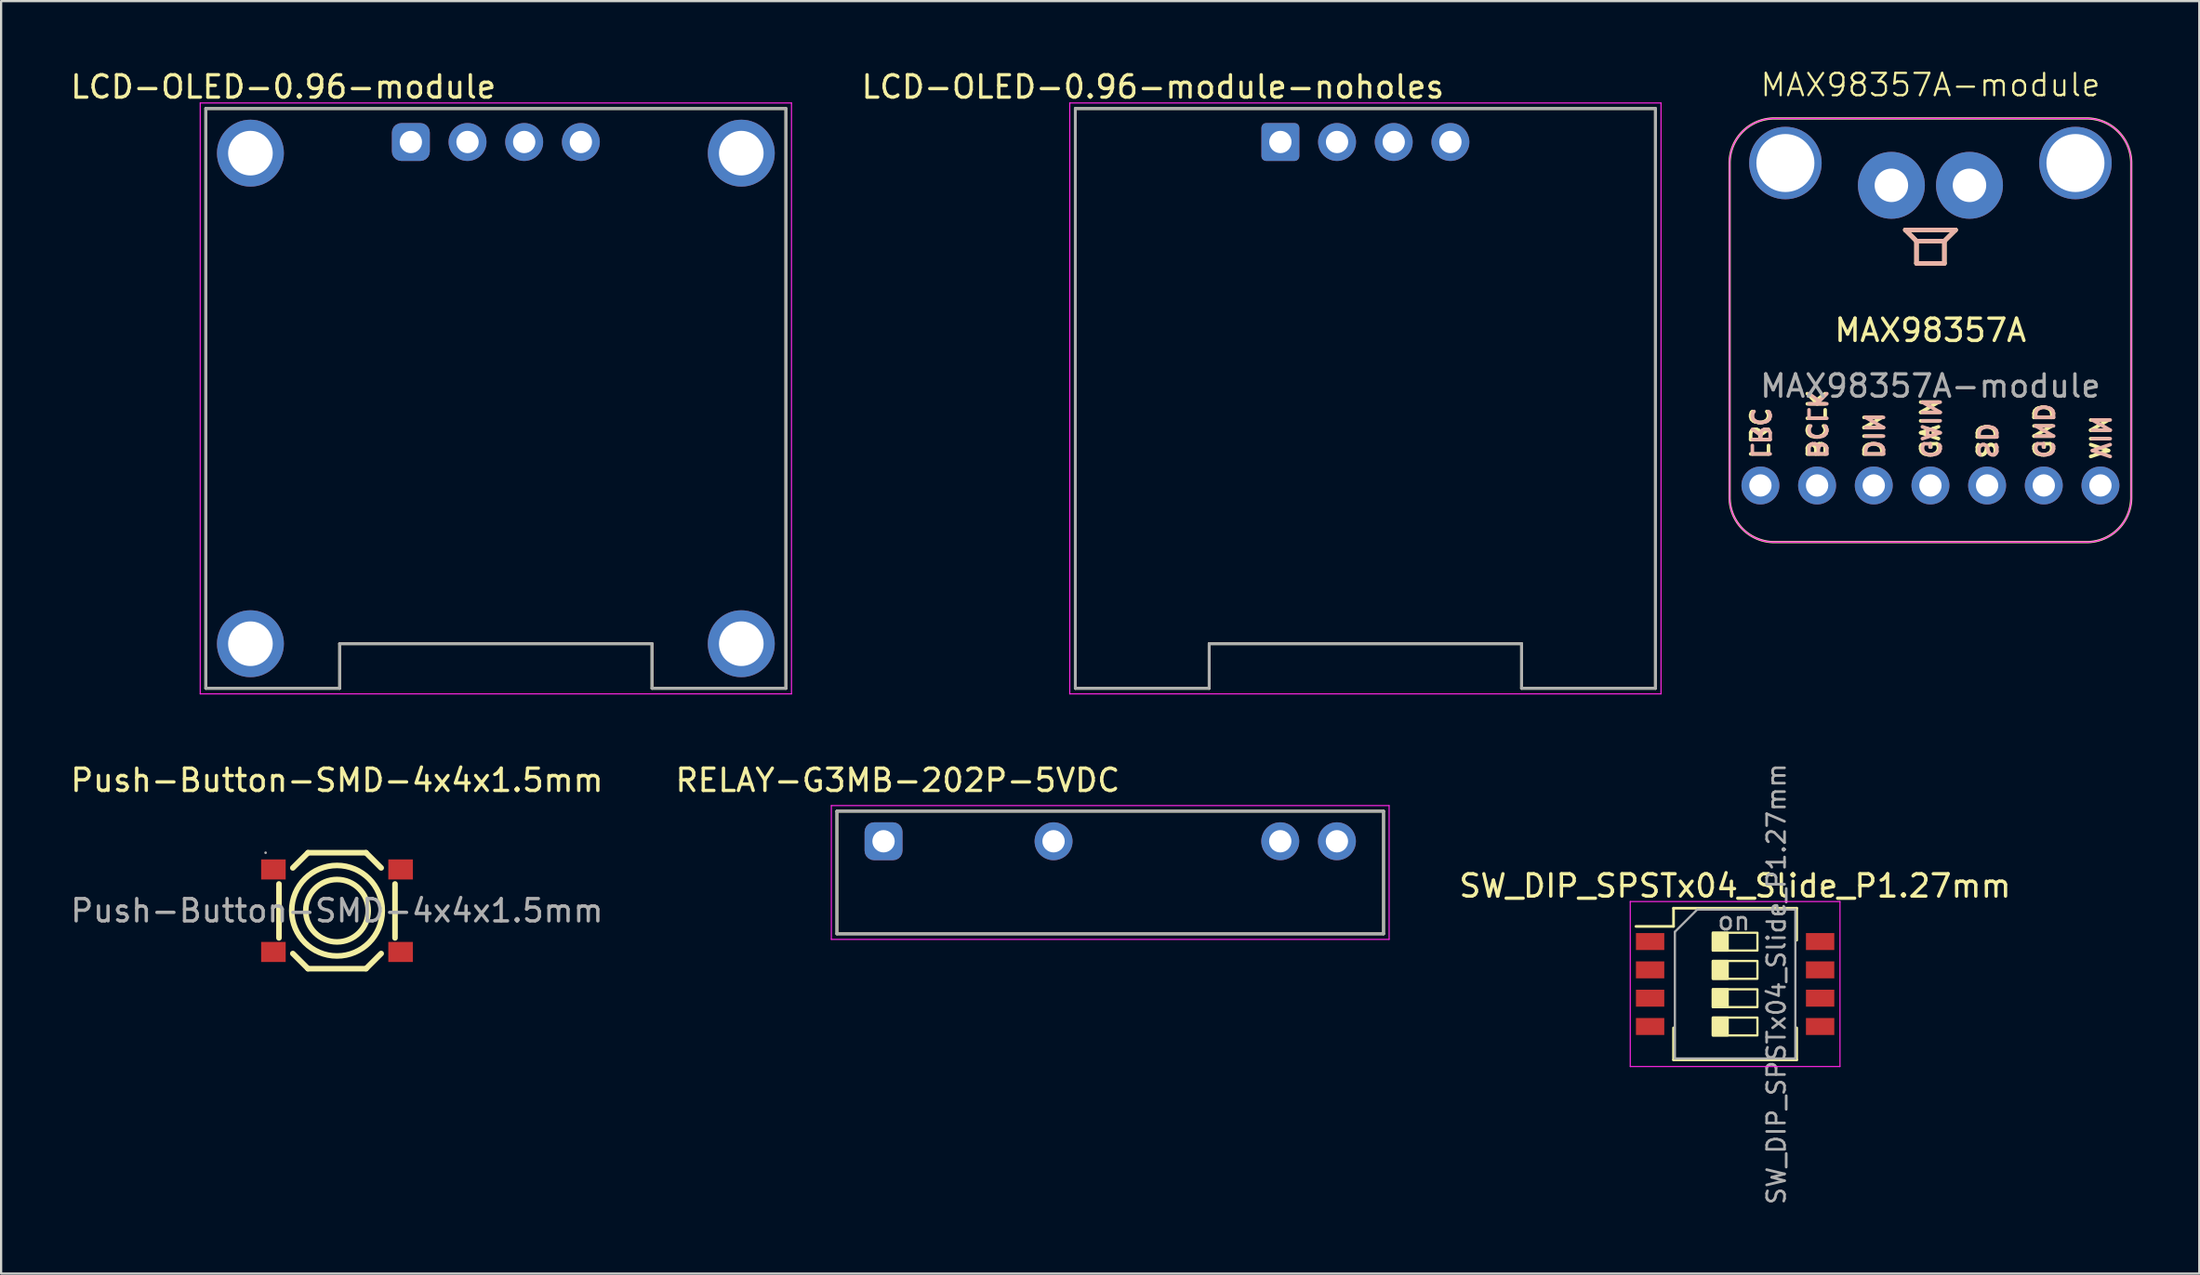
<source format=kicad_pcb>
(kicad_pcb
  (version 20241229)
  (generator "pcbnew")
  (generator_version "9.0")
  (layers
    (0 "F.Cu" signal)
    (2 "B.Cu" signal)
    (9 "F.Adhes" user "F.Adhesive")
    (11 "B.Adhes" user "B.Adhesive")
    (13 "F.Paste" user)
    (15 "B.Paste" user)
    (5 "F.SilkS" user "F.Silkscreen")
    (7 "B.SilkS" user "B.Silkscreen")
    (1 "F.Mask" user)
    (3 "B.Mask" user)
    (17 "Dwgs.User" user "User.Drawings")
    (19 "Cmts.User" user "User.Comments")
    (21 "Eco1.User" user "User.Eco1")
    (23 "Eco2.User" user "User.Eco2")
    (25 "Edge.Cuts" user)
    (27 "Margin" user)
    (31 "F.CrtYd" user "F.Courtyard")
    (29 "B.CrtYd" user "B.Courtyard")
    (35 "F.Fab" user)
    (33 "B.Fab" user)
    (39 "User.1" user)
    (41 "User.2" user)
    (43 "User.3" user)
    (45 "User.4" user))
  (footprint "LCD-OLED-0.96-module"
    (layer "F.Cu")
    (at 19.174 14.818)
    (property "Reference" "LCD-OLED-0.96-module" (at -9.525 -13.97 0) (layer "F.SilkS") (effects (font (size 1 1) (thickness 0.15))))
    (attr through_hole)
    (fp_line (start -13 -13) (end 13 -13) (stroke (width 0.127) (type solid)) (layer "F.SilkS"))
    (fp_line (start -13 13) (end -13 -13) (stroke (width 0.127) (type solid)) (layer "F.SilkS"))
    (fp_line (start -7 11) (end -7 13) (stroke (width 0.127) (type solid)) (layer "F.SilkS"))
    (fp_line (start -7 13) (end -13 13) (stroke (width 0.127) (type solid)) (layer "F.SilkS"))
    (fp_line (start 7 11) (end -7 11) (stroke (width 0.127) (type solid)) (layer "F.SilkS"))
    (fp_line (start 7 13) (end 7 11) (stroke (width 0.127) (type solid)) (layer "F.SilkS"))
    (fp_line (start 13 -13) (end 13 13) (stroke (width 0.127) (type solid)) (layer "F.SilkS"))
    (fp_line (start 13 13) (end 7 13) (stroke (width 0.127) (type solid)) (layer "F.SilkS"))
    (fp_line (start -13.25 -13.25) (end 13.25 -13.25) (stroke (width 0.05) (type solid)) (layer "F.CrtYd"))
    (fp_line (start -13.25 13.25) (end -13.25 -13.25) (stroke (width 0.05) (type solid)) (layer "F.CrtYd"))
    (fp_line (start 13.25 -13.25) (end 13.25 13.25) (stroke (width 0.05) (type solid)) (layer "F.CrtYd"))
    (fp_line (start 13.25 13.25) (end -13.25 13.25) (stroke (width 0.05) (type solid)) (layer "F.CrtYd"))
    (fp_line (start -13 -13) (end 13 -13) (stroke (width 0.127) (type solid)) (layer "F.Fab"))
    (fp_line (start -13 13) (end -13 -13) (stroke (width 0.127) (type solid)) (layer "F.Fab"))
    (fp_line (start -7 11) (end 7 11) (stroke (width 0.127) (type solid)) (layer "F.Fab"))
    (fp_line (start -7 13) (end -13 13) (stroke (width 0.127) (type solid)) (layer "F.Fab"))
    (fp_line (start -7 13) (end -7 11) (stroke (width 0.127) (type solid)) (layer "F.Fab"))
    (fp_line (start 7 11) (end 7 13) (stroke (width 0.127) (type solid)) (layer "F.Fab"))
    (fp_line (start 13 -13) (end 13 13) (stroke (width 0.127) (type solid)) (layer "F.Fab"))
    (fp_line (start 13 13) (end 7 13) (stroke (width 0.127) (type solid)) (layer "F.Fab"))
    (pad "1" thru_hole roundrect (at -3.81 -11.5) (size 1.7 1.7) (drill 1) (layers "*.Cu" "*.Mask") (roundrect_rratio 0.25))
    (pad "2" thru_hole circle (at -1.27 -11.5) (size 1.7 1.7) (drill 1) (layers "*.Cu" "*.Mask"))
    (pad "3" thru_hole circle (at 1.27 -11.5) (size 1.7 1.7) (drill 1) (layers "*.Cu" "*.Mask"))
    (pad "4" thru_hole circle (at 3.81 -11.5) (size 1.7 1.7) (drill 1) (layers "*.Cu" "*.Mask"))
    (pad "S1" thru_hole circle (at -11 -11) (size 3 3) (drill 2) (layers "*.Cu" "*.Mask"))
    (pad "S2" thru_hole circle (at 11 -11) (size 3 3) (drill 2) (layers "*.Cu" "*.Mask"))
    (pad "S3" thru_hole circle (at 11 11) (size 3 3) (drill 2) (layers "*.Cu" "*.Mask"))
    (pad "S4" thru_hole circle (at -11 11) (size 3 3) (drill 2) (layers "*.Cu" "*.Mask")))
  (footprint "SW_DIP_SPSTx04_Slide_P1.27mm"
    (layer "F.Cu")
    (at 74.717 41.079)
    (property "Reference" "SW_DIP_SPSTx04_Slide_P1.27mm" (at 0 -4.4 0) (layer "F.SilkS") (effects (font (size 1 1) (thickness 0.15))))
    (attr smd)
    (fp_line (start -4.446 -2.585) (end -2.76 -2.585) (stroke (width 0.12) (type solid)) (layer "F.SilkS"))
    (fp_line (start -2.76 -3.401) (end -2.76 -2.585) (stroke (width 0.12) (type solid)) (layer "F.SilkS"))
    (fp_line (start -2.76 -3.401) (end 2.76 -3.401) (stroke (width 0.12) (type solid)) (layer "F.SilkS"))
    (fp_line (start -2.76 1.966) (end -2.76 3.401) (stroke (width 0.12) (type solid)) (layer "F.SilkS"))
    (fp_line (start -2.76 3.401) (end 2.76 3.401) (stroke (width 0.12) (type solid)) (layer "F.SilkS"))
    (fp_line (start 2.76 -3.401) (end 2.76 -1.966) (stroke (width 0.12) (type solid)) (layer "F.SilkS"))
    (fp_line (start 2.76 1.966) (end 2.76 3.401) (stroke (width 0.12) (type solid)) (layer "F.SilkS"))
    (fp_rect (start -1 -2.3) (end 1 -1.5) (stroke (width 0.1) (type default)) (fill no) (layer "F.SilkS"))
    (fp_rect (start -1 -1.035) (end 1 -0.235) (stroke (width 0.1) (type default)) (fill no) (layer "F.SilkS"))
    (fp_rect (start -1 0.235) (end 1 1.035) (stroke (width 0.1) (type default)) (fill no) (layer "F.SilkS"))
    (fp_rect (start -1 1.505) (end 1 2.305) (stroke (width 0.1) (type default)) (fill no) (layer "F.SilkS"))
    (fp_poly (pts (xy -0.333 -1.5) (xy -0.333 -2.3) (xy -1 -2.3) (xy -1 -1.5)) (stroke (width 0.1) (type solid)) (fill yes) (layer "F.SilkS"))
    (fp_poly (pts (xy -0.333 -0.235) (xy -0.333 -1.035) (xy -1 -1.035) (xy -1 -0.235)) (stroke (width 0.1) (type solid)) (fill yes) (layer "F.SilkS"))
    (fp_poly (pts (xy -0.333 1.035) (xy -0.333 0.235) (xy -1 0.235) (xy -1 1.035)) (stroke (width 0.1) (type solid)) (fill yes) (layer "F.SilkS"))
    (fp_poly (pts (xy -0.333 2.305) (xy -0.333 1.505) (xy -1 1.505) (xy -1 2.305)) (stroke (width 0.1) (type solid)) (fill yes) (layer "F.SilkS"))
    (fp_line (start -4.7 -3.7) (end -4.7 3.7) (stroke (width 0.05) (type solid)) (layer "F.CrtYd"))
    (fp_line (start -4.7 3.7) (end 4.7 3.7) (stroke (width 0.05) (type solid)) (layer "F.CrtYd"))
    (fp_line (start 4.7 -3.7) (end -4.7 -3.7) (stroke (width 0.05) (type solid)) (layer "F.CrtYd"))
    (fp_line (start 4.7 3.7) (end 4.7 -3.7) (stroke (width 0.05) (type solid)) (layer "F.CrtYd"))
    (fp_line (start -2.7 -2.34) (end -1.7 -3.34) (stroke (width 0.1) (type solid)) (layer "F.Fab"))
    (fp_line (start -2.7 3.34) (end -2.7 -2.34) (stroke (width 0.1) (type solid)) (layer "F.Fab"))
    (fp_line (start -1.7 -3.34) (end 2.7 -3.34) (stroke (width 0.1) (type solid)) (layer "F.Fab"))
    (fp_line (start 2.7 -3.34) (end 2.7 3.34) (stroke (width 0.1) (type solid)) (layer "F.Fab"))
    (fp_line (start 2.7 3.34) (end -2.7 3.34) (stroke (width 0.1) (type solid)) (layer "F.Fab"))
    (fp_text user "on" (at -0.055 -2.822 0) (layer "F.Fab") (effects (font (size 0.8 0.8) (thickness 0.12))))
    (fp_text user "${REFERENCE}" (at 1.85 0 90) (layer "F.Fab") (effects (font (size 0.8 0.8) (thickness 0.12))))
    (pad "1" smd rect (at -3.81 -1.905) (size 1.27 0.76) (layers "F.Cu" "F.Mask" "F.Paste"))
    (pad "2" smd rect (at -3.81 -0.635) (size 1.27 0.76) (layers "F.Cu" "F.Mask" "F.Paste"))
    (pad "3" smd rect (at -3.81 0.635) (size 1.27 0.76) (layers "F.Cu" "F.Mask" "F.Paste"))
    (pad "4" smd rect (at -3.81 1.905) (size 1.27 0.76) (layers "F.Cu" "F.Mask" "F.Paste"))
    (pad "5" smd rect (at 3.81 1.905) (size 1.27 0.76) (layers "F.Cu" "F.Mask" "F.Paste"))
    (pad "6" smd rect (at 3.81 0.635) (size 1.27 0.76) (layers "F.Cu" "F.Mask" "F.Paste"))
    (pad "7" smd rect (at 3.81 -0.635) (size 1.27 0.76) (layers "F.Cu" "F.Mask" "F.Paste"))
    (pad "8" smd rect (at 3.81 -1.905) (size 1.27 0.76) (layers "F.Cu" "F.Mask" "F.Paste")))
  (footprint "RELAY-G3MB-202P-5VDC"
    (layer "F.Cu")
    (at 46.71 36.077)
    (property "Reference" "RELAY-G3MB-202P-5VDC" (at -9.525 -4.135 0) (layer "F.SilkS") (effects (font (size 1 1) (thickness 0.15))))
    (attr through_hole)
    (fp_line (start -12.25 -2.75) (end -12.25 2.75) (stroke (width 0.127) (type solid)) (layer "F.SilkS"))
    (fp_line (start -12.25 2.75) (end 12.25 2.75) (stroke (width 0.127) (type solid)) (layer "F.SilkS"))
    (fp_line (start 12.25 -2.75) (end -12.25 -2.75) (stroke (width 0.127) (type solid)) (layer "F.SilkS"))
    (fp_line (start 12.25 2.75) (end 12.25 -2.75) (stroke (width 0.127) (type solid)) (layer "F.SilkS"))
    (fp_line (start -12.5 -3) (end 12.5 -3) (stroke (width 0.05) (type solid)) (layer "F.CrtYd"))
    (fp_line (start -12.5 3) (end -12.5 -3) (stroke (width 0.05) (type solid)) (layer "F.CrtYd"))
    (fp_line (start 12.5 -3) (end 12.5 3) (stroke (width 0.05) (type solid)) (layer "F.CrtYd"))
    (fp_line (start 12.5 3) (end -12.5 3) (stroke (width 0.05) (type solid)) (layer "F.CrtYd"))
    (fp_line (start -12.25 -2.75) (end -12.25 2.75) (stroke (width 0.127) (type solid)) (layer "F.Fab"))
    (fp_line (start -12.25 2.75) (end 12.25 2.75) (stroke (width 0.127) (type solid)) (layer "F.Fab"))
    (fp_line (start 12.25 -2.75) (end -12.25 -2.75) (stroke (width 0.127) (type solid)) (layer "F.Fab"))
    (fp_line (start 12.25 2.75) (end 12.25 -2.75) (stroke (width 0.127) (type solid)) (layer "F.Fab"))
    (pad "1" thru_hole roundrect (at -10.16 -1.4) (size 1.7 1.7) (drill 1) (layers "*.Cu" "*.Mask") (roundrect_rratio 0.25))
    (pad "2" thru_hole circle (at -2.54 -1.4) (size 1.7 1.7) (drill 1) (layers "*.Cu" "*.Mask"))
    (pad "3" thru_hole circle (at 7.62 -1.4) (size 1.7 1.7) (drill 1) (layers "*.Cu" "*.Mask"))
    (pad "4" thru_hole circle (at 10.16 -1.4) (size 1.7 1.7) (drill 1) (layers "*.Cu" "*.Mask")))
  (footprint "LCD-OLED-0.96-module-noholes"
    (layer "F.Cu")
    (at 58.146 14.818)
    (property "Reference" "LCD-OLED-0.96-module-noholes" (at -9.525 -13.97 0) (layer "F.SilkS") (effects (font (size 1 1) (thickness 0.15))))
    (attr through_hole)
    (fp_line (start -13 -13) (end 13 -13) (stroke (width 0.127) (type solid)) (layer "F.SilkS"))
    (fp_line (start -13 13) (end -13 -13) (stroke (width 0.127) (type solid)) (layer "F.SilkS"))
    (fp_line (start -7 11) (end -7 13) (stroke (width 0.127) (type solid)) (layer "F.SilkS"))
    (fp_line (start -7 13) (end -13 13) (stroke (width 0.127) (type solid)) (layer "F.SilkS"))
    (fp_line (start 7 11) (end -7 11) (stroke (width 0.127) (type solid)) (layer "F.SilkS"))
    (fp_line (start 7 13) (end 7 11) (stroke (width 0.127) (type solid)) (layer "F.SilkS"))
    (fp_line (start 13 -13) (end 13 13) (stroke (width 0.127) (type solid)) (layer "F.SilkS"))
    (fp_line (start 13 13) (end 7 13) (stroke (width 0.127) (type solid)) (layer "F.SilkS"))
    (fp_line (start -13.25 -13.25) (end 13.25 -13.25) (stroke (width 0.05) (type solid)) (layer "F.CrtYd"))
    (fp_line (start -13.25 13.25) (end -13.25 -13.25) (stroke (width 0.05) (type solid)) (layer "F.CrtYd"))
    (fp_line (start 13.25 -13.25) (end 13.25 13.25) (stroke (width 0.05) (type solid)) (layer "F.CrtYd"))
    (fp_line (start 13.25 13.25) (end -13.25 13.25) (stroke (width 0.05) (type solid)) (layer "F.CrtYd"))
    (fp_line (start -13 -13) (end 13 -13) (stroke (width 0.127) (type solid)) (layer "F.Fab"))
    (fp_line (start -13 13) (end -13 -13) (stroke (width 0.127) (type solid)) (layer "F.Fab"))
    (fp_line (start -7 11) (end 7 11) (stroke (width 0.127) (type solid)) (layer "F.Fab"))
    (fp_line (start -7 13) (end -13 13) (stroke (width 0.127) (type solid)) (layer "F.Fab"))
    (fp_line (start -7 13) (end -7 11) (stroke (width 0.127) (type solid)) (layer "F.Fab"))
    (fp_line (start 7 11) (end 7 13) (stroke (width 0.127) (type solid)) (layer "F.Fab"))
    (fp_line (start 13 -13) (end 13 13) (stroke (width 0.127) (type solid)) (layer "F.Fab"))
    (fp_line (start 13 13) (end 7 13) (stroke (width 0.127) (type solid)) (layer "F.Fab"))
    (pad "1" thru_hole roundrect (at -3.81 -11.5) (size 1.7 1.7) (drill 1) (layers "*.Cu" "*.Mask") (roundrect_rratio 0.125))
    (pad "2" thru_hole circle (at -1.27 -11.5) (size 1.7 1.7) (drill 1) (layers "*.Cu" "*.Mask"))
    (pad "3" thru_hole circle (at 1.27 -11.5) (size 1.7 1.7) (drill 1) (layers "*.Cu" "*.Mask"))
    (pad "4" thru_hole circle (at 3.81 -11.5) (size 1.7 1.7) (drill 1) (layers "*.Cu" "*.Mask")))
  (footprint "Push-Button-SMD-4x4x1.5mm"
    (layer "F.Cu")
    (at 12.054 37.791)
    (property "Reference" "Push-Button-SMD-4x4x1.5mm" (at 0 -5.85 0) (layer "F.SilkS") (effects (font (size 1 1) (thickness 0.15))))
    (attr smd)
    (fp_line (start -2.6 -1.2) (end -2.6 1.22) (stroke (width 0.25) (type solid)) (layer "F.SilkS"))
    (fp_line (start -1.98 1.92) (end -1.3 2.6) (stroke (width 0.25) (type solid)) (layer "F.SilkS"))
    (fp_line (start -1.3 -2.6) (end -1.98 -1.92) (stroke (width 0.25) (type solid)) (layer "F.SilkS"))
    (fp_line (start -1.3 2.6) (end 1.3 2.6) (stroke (width 0.25) (type solid)) (layer "F.SilkS"))
    (fp_line (start 1.3 -2.6) (end -1.3 -2.6) (stroke (width 0.25) (type solid)) (layer "F.SilkS"))
    (fp_line (start 1.3 2.6) (end 1.98 1.92) (stroke (width 0.25) (type solid)) (layer "F.SilkS"))
    (fp_line (start 1.98 -1.92) (end 1.3 -2.6) (stroke (width 0.25) (type solid)) (layer "F.SilkS"))
    (fp_line (start 2.6 -1.2) (end 2.6 1.22) (stroke (width 0.25) (type solid)) (layer "F.SilkS"))
    (fp_circle (center 0 0) (end 1.4 0) (stroke (width 0.25) (type solid)) (fill no) (layer "F.SilkS"))
    (fp_circle (center 0 0) (end 2.03 0) (stroke (width 0.25) (type solid)) (fill no) (layer "F.SilkS"))
    (fp_circle (center -3.2 -2.6) (end -3.17 -2.6) (stroke (width 0.06) (type solid)) (fill no) (layer "F.Fab"))
    (fp_text user "${REFERENCE}" (at 0 0 0) (layer "F.Fab") (effects (font (size 1 1) (thickness 0.15))))
    (pad "1" smd rect (at -2.85 -1.85) (size 1.1 0.9) (layers "F.Cu" "F.Mask" "F.Paste"))
    (pad "2" smd rect (at 2.85 -1.85) (size 1.1 0.9) (layers "F.Cu" "F.Mask" "F.Paste"))
    (pad "3" smd rect (at -2.85 1.85) (size 1.1 0.9) (layers "F.Cu" "F.Mask" "F.Paste"))
    (pad "4" smd rect (at 2.85 1.85) (size 1.1 0.9) (layers "F.Cu" "F.Mask" "F.Paste")))
  (footprint "MAX98357A-module"
    (layer "F.Cu")
    (at 83.471 11.761)
    (property "Reference" "MAX98357A-module" (at 0 -11 0) (unlocked yes) (layer "F.SilkS") (effects (font (size 1 1) (thickness 0.1))))
    (attr through_hole)
    (fp_line (start -1.125 -4.5) (end -0.625 -4) (stroke (width 0.2) (type default)) (layer "F.SilkS"))
    (fp_line (start -0.625 -4) (end 0.625 -4) (stroke (width 0.2) (type default)) (layer "F.SilkS"))
    (fp_line (start -0.625 -3) (end -0.625 -4) (stroke (width 0.2) (type default)) (layer "F.SilkS"))
    (fp_line (start 0.625 -4) (end 0.625 -3) (stroke (width 0.2) (type default)) (layer "F.SilkS"))
    (fp_line (start 0.625 -4) (end 1.125 -4.5) (stroke (width 0.2) (type default)) (layer "F.SilkS"))
    (fp_line (start 0.625 -3) (end -0.625 -3) (stroke (width 0.2) (type default)) (layer "F.SilkS"))
    (fp_line (start 1.125 -4.5) (end -1.125 -4.5) (stroke (width 0.2) (type default)) (layer "F.SilkS"))
    (fp_poly (pts (arc (start 9 -7.5) (mid 8.414214 -8.914214) (end 7 -9.5)) (arc (start -7 -9.5) (mid -8.414214 -8.914214) (end -9 -7.5)) (arc (start -9 7.5) (mid -8.414214 8.914214) (end -7 9.5)) (arc (start 7 9.5) (mid 8.414214 8.914214) (end 9 7.5))) (stroke (width 0.1) (type solid)) (fill no) (layer "F.SilkS"))
    (fp_line (start -1.125 -4.5) (end -0.625 -4) (stroke (width 0.2) (type default)) (layer "B.SilkS"))
    (fp_line (start -0.625 -4) (end 0.625 -4) (stroke (width 0.2) (type default)) (layer "B.SilkS"))
    (fp_line (start -0.625 -3) (end -0.625 -4) (stroke (width 0.2) (type default)) (layer "B.SilkS"))
    (fp_line (start 0.625 -4) (end 0.625 -3) (stroke (width 0.2) (type default)) (layer "B.SilkS"))
    (fp_line (start 0.625 -4) (end 1.125 -4.5) (stroke (width 0.2) (type default)) (layer "B.SilkS"))
    (fp_line (start 0.625 -3) (end -0.625 -3) (stroke (width 0.2) (type default)) (layer "B.SilkS"))
    (fp_line (start 1.125 -4.5) (end -1.125 -4.5) (stroke (width 0.2) (type default)) (layer "B.SilkS"))
    (fp_poly (pts (arc (start 9 -7.5) (mid 8.414214 -8.914214) (end 7 -9.5)) (arc (start -7 -9.5) (mid -8.414214 -8.914214) (end -9 -7.5)) (arc (start -9 7.5) (mid -8.414214 8.914214) (end -7 9.5)) (arc (start 7 9.5) (mid 8.414214 8.914214) (end 9 7.5))) (stroke (width 0.05) (type solid)) (fill no) (layer "F.CrtYd"))
    (fp_text user "MAX98357A" (at 0 0 0) (unlocked yes) (layer "F.SilkS") (effects (font (size 1 1) (thickness 0.15))))
    (fp_text user "VIN" (at 7.62 5.842 90) (unlocked yes) (layer "F.SilkS") (effects (font (size 0.8 0.8) (thickness 0.16)) (justify left)))
    (fp_text user "GND" (at 5.08 5.842 90) (unlocked yes) (layer "F.SilkS") (effects (font (size 0.8 0.8) (thickness 0.16)) (justify left)))
    (fp_text user "BCLK" (at -5.08 5.842 90) (unlocked yes) (layer "F.SilkS") (effects (font (size 0.8 0.8) (thickness 0.16)) (justify left)))
    (fp_text user "LRC" (at -7.62 5.842 90) (unlocked yes) (layer "F.SilkS") (effects (font (size 0.8 0.8) (thickness 0.16)) (justify left)))
    (fp_text user "SD" (at 2.54 5.842 90) (unlocked yes) (layer "F.SilkS") (effects (font (size 0.8 0.8) (thickness 0.16)) (justify left)))
    (fp_text user "DIN" (at -2.54 5.842 90) (unlocked yes) (layer "F.SilkS") (effects (font (size 0.8 0.8) (thickness 0.16)) (justify left)))
    (fp_text user "GAIN" (at 0 5.842 90) (unlocked yes) (layer "F.SilkS") (effects (font (size 0.8 0.8) (thickness 0.16)) (justify left)))
    (fp_text user "VIN" (at 7.62 5.842 270) (unlocked yes) (layer "B.SilkS") (effects (font (size 0.8 0.8) (thickness 0.16)) (justify left mirror)))
    (fp_text user "BCLK" (at -5.08 5.842 270) (unlocked yes) (layer "B.SilkS") (effects (font (size 0.8 0.8) (thickness 0.16)) (justify left mirror)))
    (fp_text user "GAIN" (at 0 5.842 270) (unlocked yes) (layer "B.SilkS") (effects (font (size 0.8 0.8) (thickness 0.16)) (justify left mirror)))
    (fp_text user "SD" (at 2.54 5.842 270) (unlocked yes) (layer "B.SilkS") (effects (font (size 0.8 0.8) (thickness 0.16)) (justify left mirror)))
    (fp_text user "DIN" (at -2.54 5.842 270) (unlocked yes) (layer "B.SilkS") (effects (font (size 0.8 0.8) (thickness 0.16)) (justify left mirror)))
    (fp_text user "GND" (at 5.08 5.842 270) (unlocked yes) (layer "B.SilkS") (effects (font (size 0.8 0.8) (thickness 0.16)) (justify left mirror)))
    (fp_text user "LRC" (at -7.62 5.842 270) (unlocked yes) (layer "B.SilkS") (effects (font (size 0.8 0.8) (thickness 0.16)) (justify left mirror)))
    (fp_text user "${REFERENCE}" (at 0 2.5 0) (unlocked yes) (layer "F.Fab") (effects (font (size 1 1) (thickness 0.15))))
    (pad "" np_thru_hole circle (at -6.5 -7.5) (size 3.25 3.25) (drill 2.6) (layers "*.Cu" "*.Mask"))
    (pad "" np_thru_hole circle (at 6.5 -7.5) (size 3.25 3.25) (drill 2.6) (layers "*.Cu" "*.Mask"))
    (pad "1" thru_hole circle (at 7.62 6.96) (size 1.7 1.7) (drill 1) (layers "*.Cu" "*.Mask"))
    (pad "2" thru_hole circle (at 5.08 6.96) (size 1.7 1.7) (drill 1) (layers "*.Cu" "*.Mask"))
    (pad "3" thru_hole circle (at 2.54 6.96) (size 1.7 1.7) (drill 1) (layers "*.Cu" "*.Mask"))
    (pad "4" thru_hole circle (at 0 6.96) (size 1.7 1.7) (drill 1) (layers "*.Cu" "*.Mask"))
    (pad "5" thru_hole circle (at -2.54 6.96) (size 1.7 1.7) (drill 1) (layers "*.Cu" "*.Mask"))
    (pad "6" thru_hole circle (at -5.08 6.96) (size 1.7 1.7) (drill 1) (layers "*.Cu" "*.Mask"))
    (pad "7" thru_hole circle (at -7.62 6.96) (size 1.7 1.7) (drill 1) (layers "*.Cu" "*.Mask"))
    (pad "S1" thru_hole oval (at -1.75 -6.5) (size 3 3) (drill oval 1.5) (layers "*.Cu" "*.Mask"))
    (pad "S2" thru_hole oval (at 1.75 -6.5) (size 3 3) (drill oval 1.5) (layers "*.Cu" "*.Mask")))
  (gr_rect
    (start -3 -3)
    (end 95.521 54.065)
    (stroke (width 0.1) (type default))
    (fill no)
    (layer "Edge.Cuts")))
</source>
